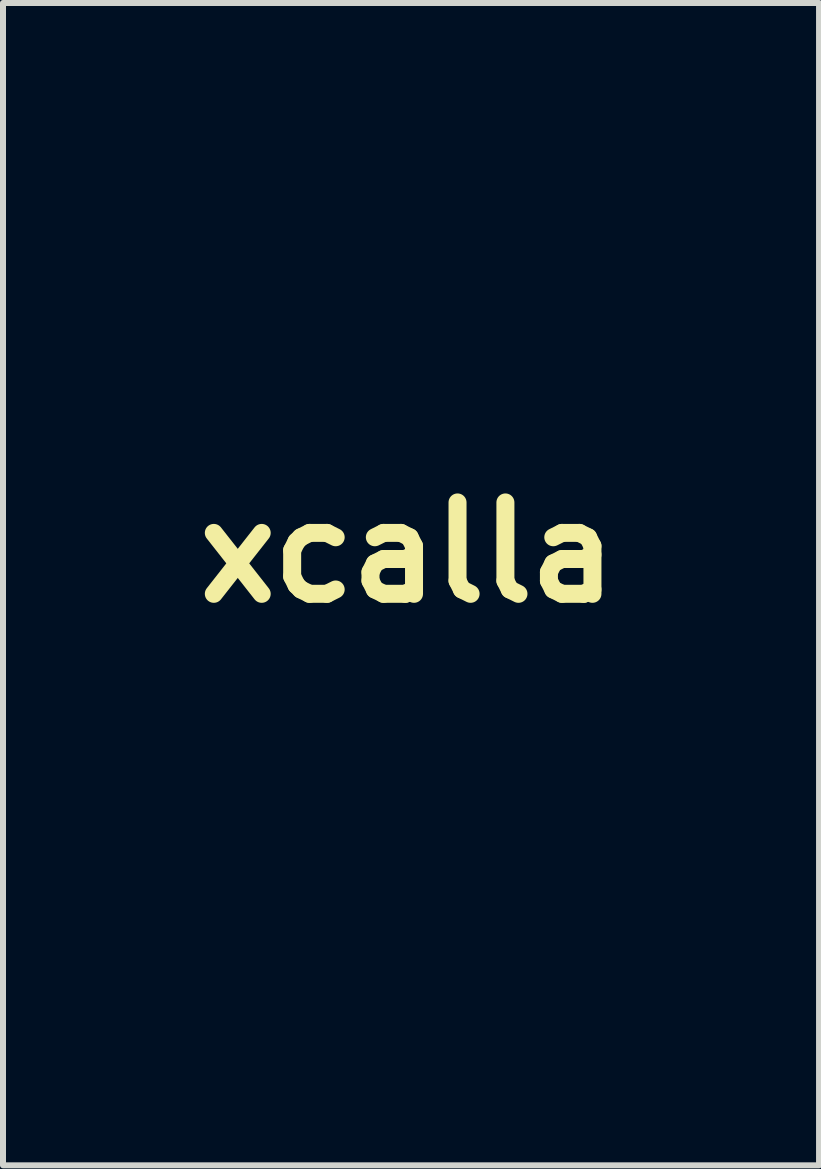
<source format=kicad_pcb>
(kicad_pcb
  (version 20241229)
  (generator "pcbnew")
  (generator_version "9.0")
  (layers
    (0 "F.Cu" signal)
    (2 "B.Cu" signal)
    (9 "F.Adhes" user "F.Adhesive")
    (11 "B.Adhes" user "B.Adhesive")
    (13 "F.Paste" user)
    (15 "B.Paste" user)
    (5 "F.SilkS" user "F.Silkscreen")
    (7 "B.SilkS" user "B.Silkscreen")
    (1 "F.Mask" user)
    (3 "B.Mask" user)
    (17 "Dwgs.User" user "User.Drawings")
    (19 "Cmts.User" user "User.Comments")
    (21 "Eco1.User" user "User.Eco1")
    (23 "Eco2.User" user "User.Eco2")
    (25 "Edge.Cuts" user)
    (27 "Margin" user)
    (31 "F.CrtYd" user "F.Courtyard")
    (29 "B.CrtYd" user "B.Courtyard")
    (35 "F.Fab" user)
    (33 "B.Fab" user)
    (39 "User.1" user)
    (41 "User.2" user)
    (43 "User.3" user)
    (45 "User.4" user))
  (footprint "xcalla"
    (layer "F.Cu")
    (at 3.745 6.163)
    (property "Reference" "xcalla" (at 0 0 0) (layer "F.SilkS") (effects (font (size 1.524 1.524) (thickness 0.3))))
    (attr through_hole)
    (fp_poly (pts (xy -0.143 -6.152) (xy 0.041 -6.131) (xy 0.229 -6.094) (xy 0.428 -6.038) (xy 0.644 -5.961) (xy 0.883 -5.861) (xy 1.153 -5.737) (xy 1.41 -5.609) (xy 1.672 -5.478) (xy 1.9 -5.368) (xy 2.104 -5.274) (xy 2.294 -5.194) (xy 2.478 -5.124) (xy 2.669 -5.059) (xy 2.874 -4.996) (xy 3.105 -4.931) (xy 3.315 -4.874) (xy 3.466 -4.833) (xy 3.601 -4.794) (xy 3.713 -4.759) (xy 3.792 -4.731) (xy 3.832 -4.713) (xy 3.833 -4.711) (xy 3.859 -4.674) (xy 3.846 -4.644) (xy 3.793 -4.621) (xy 3.697 -4.603) (xy 3.553 -4.59) (xy 3.512 -4.587) (xy 3.295 -4.572) (xy 3.059 -4.552) (xy 2.818 -4.527) (xy 2.587 -4.5) (xy 2.381 -4.472) (xy 2.273 -4.455) (xy 2.104 -4.424) (xy 1.936 -4.388) (xy 1.761 -4.343) (xy 1.571 -4.288) (xy 1.357 -4.22) (xy 1.109 -4.137) (xy 0.953 -4.083) (xy 0.689 -3.991) (xy 0.465 -3.916) (xy 0.275 -3.856) (xy 0.111 -3.808) (xy -0.033 -3.771) (xy -0.164 -3.741) (xy -0.266 -3.723) (xy -0.442 -3.693) (xy -0.576 -3.339) (xy -0.626 -3.203) (xy -0.682 -3.047) (xy -0.742 -2.876) (xy -0.802 -2.698) (xy -0.863 -2.52) (xy -0.92 -2.347) (xy -0.972 -2.186) (xy -1.017 -2.044) (xy -1.053 -1.927) (xy -1.077 -1.842) (xy -1.087 -1.796) (xy -1.087 -1.789) (xy -1.057 -1.786) (xy -0.991 -1.791) (xy -0.903 -1.803) (xy -0.899 -1.804) (xy -0.704 -1.853) (xy -0.51 -1.941) (xy -0.468 -1.968) (xy -0.381 -1.968) (xy -0.368 -1.956) (xy -0.356 -1.968) (xy -0.368 -1.981) (xy -0.381 -1.968) (xy -0.468 -1.968) (xy -0.312 -2.07) (xy -0.106 -2.242) (xy 0.021 -2.365) (xy 0.087 -2.434) (xy 0.152 -2.506) (xy 0.221 -2.586) (xy 0.298 -2.681) (xy 0.388 -2.796) (xy 0.494 -2.937) (xy 0.622 -3.108) (xy 0.737 -3.264) (xy 0.941 -3.523) (xy 1.139 -3.737) (xy 1.209 -3.797) (xy 1.27 -3.797) (xy 1.283 -3.785) (xy 1.295 -3.797) (xy 1.283 -3.81) (xy 1.27 -3.797) (xy 1.209 -3.797) (xy 1.338 -3.909) (xy 1.542 -4.045) (xy 1.756 -4.147) (xy 1.986 -4.221) (xy 2.11 -4.248) (xy 2.193 -4.257) (xy 2.24 -4.246) (xy 2.257 -4.214) (xy 2.256 -4.187) (xy 2.244 -4.156) (xy 2.212 -4.133) (xy 2.149 -4.113) (xy 2.07 -4.096) (xy 1.879 -4.046) (xy 1.698 -3.971) (xy 1.522 -3.868) (xy 1.348 -3.732) (xy 1.17 -3.561) (xy 0.985 -3.351) (xy 0.788 -3.098) (xy 0.716 -3) (xy 0.457 -2.659) (xy 0.206 -2.368) (xy -0.036 -2.126) (xy -0.27 -1.934) (xy -0.496 -1.792) (xy -0.713 -1.699) (xy -0.923 -1.655) (xy -1.004 -1.651) (xy -1.141 -1.651) (xy -1.216 -1.403) (xy -1.431 -0.656) (xy -1.63 0.122) (xy -1.813 0.919) (xy -1.975 1.724) (xy -2.115 2.523) (xy -2.23 3.304) (xy -2.31 3.988) (xy -2.331 4.194) (xy -2.35 4.399) (xy -2.367 4.595) (xy -2.382 4.778) (xy -2.393 4.939) (xy -2.402 5.073) (xy -2.406 5.173) (xy -2.407 5.234) (xy -2.404 5.25) (xy -2.385 5.236) (xy -2.343 5.191) (xy -2.288 5.122) (xy -2.271 5.101) (xy -2.199 5.007) (xy -2.126 4.914) (xy -2.067 4.842) (xy -2.065 4.841) (xy -2.02 4.773) (xy -1.965 4.671) (xy -1.91 4.551) (xy -1.878 4.472) (xy -1.829 4.357) (xy -1.676 4.357) (xy -1.659 4.348) (xy -1.612 4.311) (xy -1.543 4.252) (xy -1.48 4.196) (xy -1.374 4.106) (xy -1.26 4.015) (xy -1.155 3.937) (xy -1.118 3.912) (xy -0.98 3.83) (xy -0.797 3.733) (xy -0.571 3.623) (xy -0.306 3.5) (xy -0.003 3.365) (xy 0.117 3.313) (xy 0.383 3.198) (xy 0.605 3.1) (xy 0.789 3.015) (xy 0.94 2.942) (xy 1.061 2.879) (xy 1.157 2.822) (xy 1.233 2.771) (xy 1.293 2.722) (xy 1.316 2.7) (xy 1.382 2.627) (xy 1.44 2.546) (xy 1.495 2.45) (xy 1.549 2.332) (xy 1.604 2.187) (xy 1.663 2.008) (xy 1.729 1.788) (xy 1.765 1.662) (xy 1.815 1.487) (xy 1.865 1.318) (xy 1.912 1.165) (xy 1.952 1.037) (xy 1.983 0.944) (xy 1.993 0.916) (xy 2.078 0.733) (xy 2.201 0.526) (xy 2.358 0.299) (xy 2.544 0.059) (xy 2.757 -0.191) (xy 2.993 -0.444) (xy 3.1 -0.552) (xy 3.204 -0.657) (xy 3.292 -0.749) (xy 3.36 -0.822) (xy 3.401 -0.87) (xy 3.412 -0.889) (xy 3.412 -0.889) (xy 3.38 -0.879) (xy 3.311 -0.853) (xy 3.214 -0.814) (xy 3.1 -0.766) (xy 3.071 -0.753) (xy 2.506 -0.485) (xy 1.975 -0.183) (xy 1.473 0.157) (xy 0.993 0.539) (xy 0.531 0.967) (xy 0.519 0.978) (xy 0.169 1.342) (xy -0.148 1.707) (xy -0.439 2.08) (xy -0.709 2.473) (xy -0.966 2.894) (xy -1.217 3.352) (xy -1.318 3.549) (xy -1.387 3.69) (xy -1.456 3.835) (xy -1.521 3.977) (xy -1.579 4.108) (xy -1.627 4.219) (xy -1.66 4.303) (xy -1.676 4.351) (xy -1.676 4.357) (xy -1.829 4.357) (xy -1.595 3.8) (xy -1.279 3.163) (xy -0.929 2.561) (xy -0.546 1.996) (xy -0.132 1.468) (xy 0.313 0.978) (xy 0.789 0.528) (xy 1.293 0.118) (xy 1.776 -0.216) (xy 1.88 -0.216) (xy 1.892 -0.203) (xy 1.905 -0.216) (xy 1.892 -0.229) (xy 1.88 -0.216) (xy 1.776 -0.216) (xy 1.826 -0.251) (xy 2.387 -0.578) (xy 2.705 -0.739) (xy 2.85 -0.806) (xy 3.008 -0.875) (xy 3.172 -0.944) (xy 3.333 -1.009) (xy 3.483 -1.066) (xy 3.615 -1.114) (xy 3.72 -1.149) (xy 3.79 -1.166) (xy 3.808 -1.168) (xy 3.852 -1.153) (xy 3.858 -1.114) (xy 3.829 -1.057) (xy 3.766 -0.99) (xy 3.766 -0.99) (xy 3.44 -0.696) (xy 3.139 -0.402) (xy 2.868 -0.111) (xy 2.628 0.173) (xy 2.426 0.444) (xy 2.263 0.698) (xy 2.21 0.794) (xy 2.121 0.987) (xy 2.039 1.217) (xy 1.981 1.41) (xy 1.903 1.686) (xy 1.836 1.918) (xy 1.776 2.111) (xy 1.722 2.271) (xy 1.671 2.402) (xy 1.622 2.509) (xy 1.573 2.598) (xy 1.521 2.675) (xy 1.464 2.743) (xy 1.418 2.792) (xy 1.366 2.84) (xy 1.31 2.886) (xy 1.244 2.932) (xy 1.162 2.981) (xy 1.061 3.036) (xy 0.935 3.098) (xy 0.778 3.171) (xy 0.588 3.257) (xy 0.357 3.36) (xy 0.241 3.41) (xy -0.053 3.54) (xy -0.305 3.653) (xy -0.52 3.753) (xy -0.704 3.842) (xy -0.859 3.923) (xy -0.993 4) (xy -1.11 4.075) (xy -1.214 4.15) (xy -1.311 4.231) (xy -1.405 4.318) (xy -1.502 4.415) (xy -1.571 4.487) (xy -1.679 4.603) (xy -1.757 4.694) (xy -1.812 4.769) (xy -1.853 4.839) (xy -1.885 4.912) (xy -1.89 4.926) (xy -1.984 5.197) (xy -2.077 5.504) (xy -2.166 5.833) (xy -2.247 6.168) (xy -2.316 6.495) (xy -2.363 6.756) (xy -2.389 6.918) (xy -2.408 7.036) (xy -2.423 7.118) (xy -2.435 7.17) (xy -2.446 7.199) (xy -2.459 7.211) (xy -2.474 7.214) (xy -2.488 7.214) (xy -2.537 7.202) (xy -2.553 7.188) (xy -2.559 7.144) (xy -2.553 7.058) (xy -2.537 6.935) (xy -2.512 6.782) (xy -2.479 6.604) (xy -2.44 6.408) (xy -2.395 6.201) (xy -2.346 5.987) (xy -2.294 5.775) (xy -2.24 5.569) (xy -2.186 5.376) (xy -2.186 5.374) (xy -2.162 5.287) (xy -2.147 5.221) (xy -2.143 5.189) (xy -2.144 5.188) (xy -2.163 5.202) (xy -2.206 5.248) (xy -2.267 5.318) (xy -2.31 5.371) (xy -2.379 5.453) (xy -2.437 5.517) (xy -2.476 5.556) (xy -2.488 5.563) (xy -2.516 5.556) (xy -2.537 5.532) (xy -2.549 5.485) (xy -2.554 5.409) (xy -2.553 5.297) (xy -2.546 5.144) (xy -2.54 5.051) (xy -2.459 4.067) (xy -2.337 3.061) (xy -2.176 2.04) (xy -1.976 1.011) (xy -1.74 -0.018) (xy -1.469 -1.042) (xy -1.385 -1.334) (xy -1.351 -1.452) (xy -1.322 -1.554) (xy -1.303 -1.629) (xy -1.295 -1.666) (xy -1.295 -1.667) (xy -1.317 -1.695) (xy -1.355 -1.711) (xy -1.421 -1.744) (xy -1.504 -1.806) (xy -1.59 -1.888) (xy -1.668 -1.976) (xy -1.718 -2.048) (xy -1.763 -2.136) (xy -1.81 -2.245) (xy -1.838 -2.319) (xy -1.854 -2.367) (xy -1.866 -2.415) (xy -1.875 -2.47) (xy -1.882 -2.537) (xy -1.887 -2.625) (xy -1.89 -2.738) (xy -1.892 -2.885) (xy -1.892 -3.054) (xy -1.772 -3.054) (xy -1.767 -2.812) (xy -1.751 -2.608) (xy -1.722 -2.435) (xy -1.679 -2.288) (xy -1.623 -2.159) (xy -1.573 -2.075) (xy -1.514 -2.003) (xy -1.438 -1.932) (xy -1.359 -1.873) (xy -1.29 -1.837) (xy -1.257 -1.83) (xy -1.243 -1.853) (xy -1.215 -1.919) (xy -1.177 -2.02) (xy -1.13 -2.151) (xy -1.077 -2.305) (xy -1.021 -2.471) (xy -0.959 -2.66) (xy -0.895 -2.849) (xy -0.834 -3.027) (xy -0.779 -3.185) (xy -0.734 -3.311) (xy -0.71 -3.376) (xy -0.67 -3.484) (xy -0.637 -3.573) (xy -0.616 -3.634) (xy -0.61 -3.656) (xy -0.633 -3.662) (xy -0.697 -3.668) (xy -0.79 -3.672) (xy -0.87 -3.674) (xy -1.144 -3.693) (xy -1.385 -3.741) (xy -1.588 -3.817) (xy -1.599 -3.822) (xy -1.67 -3.854) (xy -1.72 -3.869) (xy -1.737 -3.866) (xy -1.741 -3.836) (xy -1.747 -3.763) (xy -1.753 -3.655) (xy -1.759 -3.52) (xy -1.765 -3.367) (xy -1.766 -3.339) (xy -1.772 -3.054) (xy -1.892 -3.054) (xy -1.892 -3.07) (xy -1.892 -3.231) (xy -1.892 -3.975) (xy -1.727 -3.975) (xy -1.714 -3.962) (xy -1.702 -3.975) (xy -1.714 -3.988) (xy -1.727 -3.975) (xy -1.892 -3.975) (xy -1.892 -3.986) (xy -2.009 -4.107) (xy -2.16 -4.284) (xy -2.283 -4.471) (xy -2.372 -4.657) (xy -2.414 -4.795) (xy -2.422 -4.879) (xy -2.286 -4.879) (xy -2.27 -4.788) (xy -2.226 -4.671) (xy -2.162 -4.543) (xy -2.082 -4.414) (xy -1.999 -4.306) (xy -1.941 -4.243) (xy -1.904 -4.216) (xy -1.887 -4.228) (xy -1.887 -4.283) (xy -1.903 -4.382) (xy -1.916 -4.444) (xy -1.949 -4.564) (xy -1.993 -4.678) (xy -2.01 -4.712) (xy -1.93 -4.712) (xy -1.918 -4.699) (xy -1.905 -4.712) (xy -1.918 -4.724) (xy -1.93 -4.712) (xy -2.01 -4.712) (xy -2.045 -4.78) (xy -2.101 -4.866) (xy -2.156 -4.931) (xy -2.207 -4.97) (xy -2.248 -4.978) (xy -2.276 -4.95) (xy -2.286 -4.881) (xy -2.286 -4.879) (xy -2.422 -4.879) (xy -2.426 -4.92) (xy -2.401 -5.015) (xy -2.335 -5.087) (xy -2.322 -5.096) (xy -2.279 -5.121) (xy -2.243 -5.125) (xy -2.195 -5.108) (xy -2.144 -5.082) (xy -2.037 -4.999) (xy -1.937 -4.873) (xy -1.851 -4.71) (xy -1.828 -4.652) (xy -1.804 -4.572) (xy -1.78 -4.46) (xy -1.757 -4.333) (xy -1.739 -4.209) (xy -1.728 -4.106) (xy -1.727 -4.071) (xy -1.705 -4.041) (xy -1.644 -4) (xy -1.555 -3.954) (xy -1.449 -3.91) (xy -1.346 -3.875) (xy -1.258 -3.855) (xy -1.135 -3.837) (xy -0.992 -3.823) (xy -0.891 -3.817) (xy -0.759 -3.811) (xy -0.668 -3.81) (xy -0.609 -3.813) (xy -0.573 -3.823) (xy -0.551 -3.839) (xy -0.542 -3.849) (xy -0.515 -3.892) (xy -0.508 -3.912) (xy -0.531 -3.92) (xy -0.593 -3.927) (xy -0.682 -3.931) (xy -0.705 -3.931) (xy -0.93 -3.957) (xy -1.138 -4.024) (xy -1.324 -4.128) (xy -1.483 -4.263) (xy -1.611 -4.425) (xy -1.704 -4.609) (xy -1.757 -4.809) (xy -1.764 -4.966) (xy -1.613 -4.966) (xy -1.61 -4.844) (xy -1.601 -4.754) (xy -1.581 -4.679) (xy -1.548 -4.599) (xy -1.547 -4.597) (xy -1.442 -4.431) (xy -1.3 -4.29) (xy -1.13 -4.178) (xy -0.942 -4.101) (xy -0.745 -4.063) (xy -0.549 -4.07) (xy -0.527 -4.074) (xy -0.494 -4.082) (xy -0.466 -4.096) (xy -0.44 -4.123) (xy -0.411 -4.171) (xy -0.39 -4.214) (xy -0.229 -4.214) (xy -0.214 -4.201) (xy -0.175 -4.219) (xy -0.124 -4.26) (xy -0.071 -4.319) (xy -0.065 -4.326) (xy -0.01 -4.413) (xy 0.052 -4.532) (xy 0.114 -4.67) (xy 0.168 -4.81) (xy 0.186 -4.864) (xy 0.219 -4.974) (xy 0.248 -5.083) (xy 0.27 -5.182) (xy 0.283 -5.258) (xy 0.285 -5.302) (xy 0.281 -5.309) (xy 0.264 -5.287) (xy 0.23 -5.226) (xy 0.183 -5.134) (xy 0.126 -5.02) (xy 0.064 -4.89) (xy -0.00008 -4.753) (xy -0.063 -4.616) (xy -0.12 -4.487) (xy -0.169 -4.374) (xy -0.205 -4.286) (xy -0.226 -4.229) (xy -0.229 -4.214) (xy -0.39 -4.214) (xy -0.374 -4.247) (xy -0.326 -4.356) (xy -0.28 -4.464) (xy -0.187 -4.676) (xy -0.094 -4.879) (xy -0.005 -5.065) (xy 0.077 -5.229) (xy 0.149 -5.363) (xy 0.208 -5.462) (xy 0.242 -5.508) (xy 0.311 -5.569) (xy 0.371 -5.584) (xy 0.42 -5.552) (xy 0.436 -5.525) (xy 0.449 -5.452) (xy 0.442 -5.342) (xy 0.419 -5.204) (xy 0.381 -5.047) (xy 0.332 -4.88) (xy 0.274 -4.711) (xy 0.211 -4.549) (xy 0.144 -4.403) (xy 0.076 -4.282) (xy 0.04 -4.229) (xy -0.013 -4.177) (xy -0.092 -4.115) (xy -0.172 -4.064) (xy -0.254 -4.011) (xy -0.32 -3.958) (xy -0.353 -3.918) (xy -0.367 -3.876) (xy -0.345 -3.862) (xy -0.315 -3.861) (xy -0.263 -3.867) (xy -0.176 -3.883) (xy -0.069 -3.907) (xy -0.005 -3.923) (xy 0.117 -3.956) (xy 0.267 -4.001) (xy 0.427 -4.051) (xy 0.579 -4.101) (xy 0.584 -4.103) (xy 0.746 -4.159) (xy 0.933 -4.222) (xy 1.121 -4.287) (xy 1.287 -4.344) (xy 1.446 -4.395) (xy 1.618 -4.447) (xy 1.784 -4.493) (xy 1.924 -4.528) (xy 1.935 -4.531) (xy 2.066 -4.557) (xy 2.225 -4.585) (xy 2.401 -4.613) (xy 2.584 -4.639) (xy 2.762 -4.662) (xy 2.924 -4.681) (xy 3.059 -4.694) (xy 3.157 -4.699) (xy 3.164 -4.699) (xy 3.231 -4.704) (xy 3.272 -4.717) (xy 3.277 -4.724) (xy 3.256 -4.747) (xy 3.241 -4.75) (xy 3.197 -4.758) (xy 3.115 -4.779) (xy 3.004 -4.811) (xy 2.872 -4.851) (xy 2.729 -4.896) (xy 2.585 -4.942) (xy 2.448 -4.988) (xy 2.329 -5.031) (xy 2.299 -5.042) (xy 2.204 -5.08) (xy 2.074 -5.138) (xy 1.918 -5.209) (xy 1.746 -5.29) (xy 1.568 -5.377) (xy 1.448 -5.436) (xy 1.172 -5.573) (xy 0.934 -5.686) (xy 0.727 -5.778) (xy 0.545 -5.851) (xy 0.382 -5.908) (xy 0.232 -5.95) (xy 0.088 -5.98) (xy -0.056 -6) (xy -0.207 -6.011) (xy -0.216 -6.012) (xy -0.415 -6.016) (xy -0.581 -6.003) (xy -0.73 -5.971) (xy -0.879 -5.916) (xy -0.99 -5.863) (xy -1.179 -5.748) (xy -1.342 -5.612) (xy -1.471 -5.464) (xy -1.544 -5.341) (xy -1.579 -5.258) (xy -1.6 -5.183) (xy -1.61 -5.095) (xy -1.613 -4.977) (xy -1.613 -4.966) (xy -1.764 -4.966) (xy -1.766 -5.02) (xy -1.754 -5.122) (xy -1.691 -5.34) (xy -1.582 -5.541) (xy -1.43 -5.721) (xy -1.3 -5.829) (xy -1.245 -5.829) (xy -1.232 -5.817) (xy -1.219 -5.829) (xy -1.232 -5.842) (xy -1.245 -5.829) (xy -1.3 -5.829) (xy -1.24 -5.879) (xy -1.014 -6.009) (xy -0.823 -6.087) (xy -0.722 -6.119) (xy -0.633 -6.14) (xy -0.538 -6.152) (xy -0.42 -6.157) (xy -0.33 -6.158) (xy -0.143 -6.152)) (stroke (width 0.01) (type solid)) (fill yes) (layer "F.Mask")))
  (gr_rect
    (start -3 -3)
    (end 10.608 16.382)
    (stroke (width 0.1) (type default))
    (fill no)
    (layer "Edge.Cuts")))
</source>
